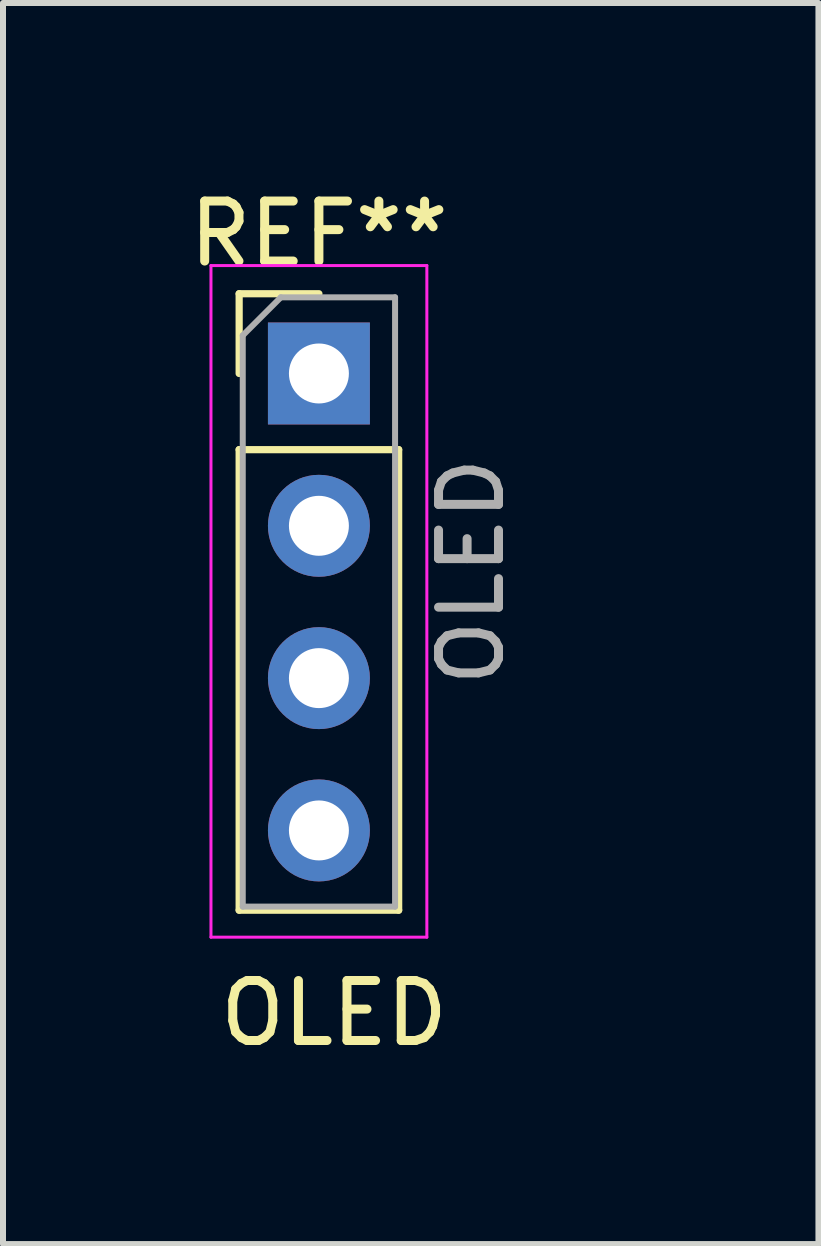
<source format=kicad_pcb>
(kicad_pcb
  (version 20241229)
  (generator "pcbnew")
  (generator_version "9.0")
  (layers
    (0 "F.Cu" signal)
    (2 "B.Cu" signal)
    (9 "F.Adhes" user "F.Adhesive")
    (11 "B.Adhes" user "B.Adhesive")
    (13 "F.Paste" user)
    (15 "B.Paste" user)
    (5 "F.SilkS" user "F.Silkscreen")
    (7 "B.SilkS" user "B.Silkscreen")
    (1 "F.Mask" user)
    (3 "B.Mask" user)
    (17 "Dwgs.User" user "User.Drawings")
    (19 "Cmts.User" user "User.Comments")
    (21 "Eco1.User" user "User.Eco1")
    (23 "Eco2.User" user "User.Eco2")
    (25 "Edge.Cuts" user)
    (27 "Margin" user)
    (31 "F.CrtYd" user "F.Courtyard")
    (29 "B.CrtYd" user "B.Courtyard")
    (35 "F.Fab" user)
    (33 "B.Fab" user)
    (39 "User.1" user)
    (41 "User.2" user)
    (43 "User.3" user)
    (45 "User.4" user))
  (footprint "OLED"
    (layer "F.Cu")
    (at 7.348 1.654)
    (property "Reference" "OLED" (at -4.826 12.192 0) (layer "F.SilkS") (effects (font (size 1 1) (thickness 0.15))))
    (attr through_hole)
    (fp_line (start -6.41 0.194) (end -5.08 0.194) (stroke (width 0.12) (type solid)) (layer "F.SilkS"))
    (fp_line (start -6.41 1.524) (end -6.41 0.194) (stroke (width 0.12) (type solid)) (layer "F.SilkS"))
    (fp_line (start -6.41 2.794) (end -6.41 10.474) (stroke (width 0.12) (type solid)) (layer "F.SilkS"))
    (fp_line (start -6.41 2.794) (end -3.75 2.794) (stroke (width 0.12) (type solid)) (layer "F.SilkS"))
    (fp_line (start -6.41 10.474) (end -3.75 10.474) (stroke (width 0.12) (type solid)) (layer "F.SilkS"))
    (fp_line (start -3.75 2.794) (end -3.75 10.474) (stroke (width 0.12) (type solid)) (layer "F.SilkS"))
    (fp_line (start -6.88 -0.276) (end -6.88 10.924) (stroke (width 0.05) (type solid)) (layer "F.CrtYd"))
    (fp_line (start -6.88 10.924) (end -3.28 10.924) (stroke (width 0.05) (type solid)) (layer "F.CrtYd"))
    (fp_line (start -3.28 -0.276) (end -6.88 -0.276) (stroke (width 0.05) (type solid)) (layer "F.CrtYd"))
    (fp_line (start -3.28 10.924) (end -3.28 -0.276) (stroke (width 0.05) (type solid)) (layer "F.CrtYd"))
    (fp_line (start -6.35 0.889) (end -5.715 0.254) (stroke (width 0.1) (type solid)) (layer "F.Fab"))
    (fp_line (start -6.35 10.414) (end -6.35 0.889) (stroke (width 0.1) (type solid)) (layer "F.Fab"))
    (fp_line (start -5.715 0.254) (end -3.81 0.254) (stroke (width 0.1) (type solid)) (layer "F.Fab"))
    (fp_line (start -3.81 0.254) (end -3.81 10.414) (stroke (width 0.1) (type solid)) (layer "F.Fab"))
    (fp_line (start -3.81 10.414) (end -6.35 10.414) (stroke (width 0.1) (type solid)) (layer "F.Fab"))
    (fp_text user "REF**" (at -5.08 -0.806 0) (layer "F.SilkS") (effects (font (size 1 1) (thickness 0.15))))
    (fp_text user "${REFERENCE}" (at -2.54 4.826 90) (layer "F.Fab") (effects (font (size 1 1) (thickness 0.15))))
    (pad "1" thru_hole rect (at -5.08 1.524) (size 1.7 1.7) (drill 1) (layers "*.Cu" "*.Mask"))
    (pad "2" thru_hole oval (at -5.08 4.064) (size 1.7 1.7) (drill 1) (layers "*.Cu" "*.Mask"))
    (pad "3" thru_hole oval (at -5.08 6.604) (size 1.7 1.7) (drill 1) (layers "*.Cu" "*.Mask"))
    (pad "4" thru_hole oval (at -5.08 9.144) (size 1.7 1.7) (drill 1) (layers "*.Cu" "*.Mask")))
  (gr_rect
    (start -3 -3)
    (end 10.598 17.695)
    (stroke (width 0.1) (type default))
    (fill no)
    (layer "Edge.Cuts")))
</source>
